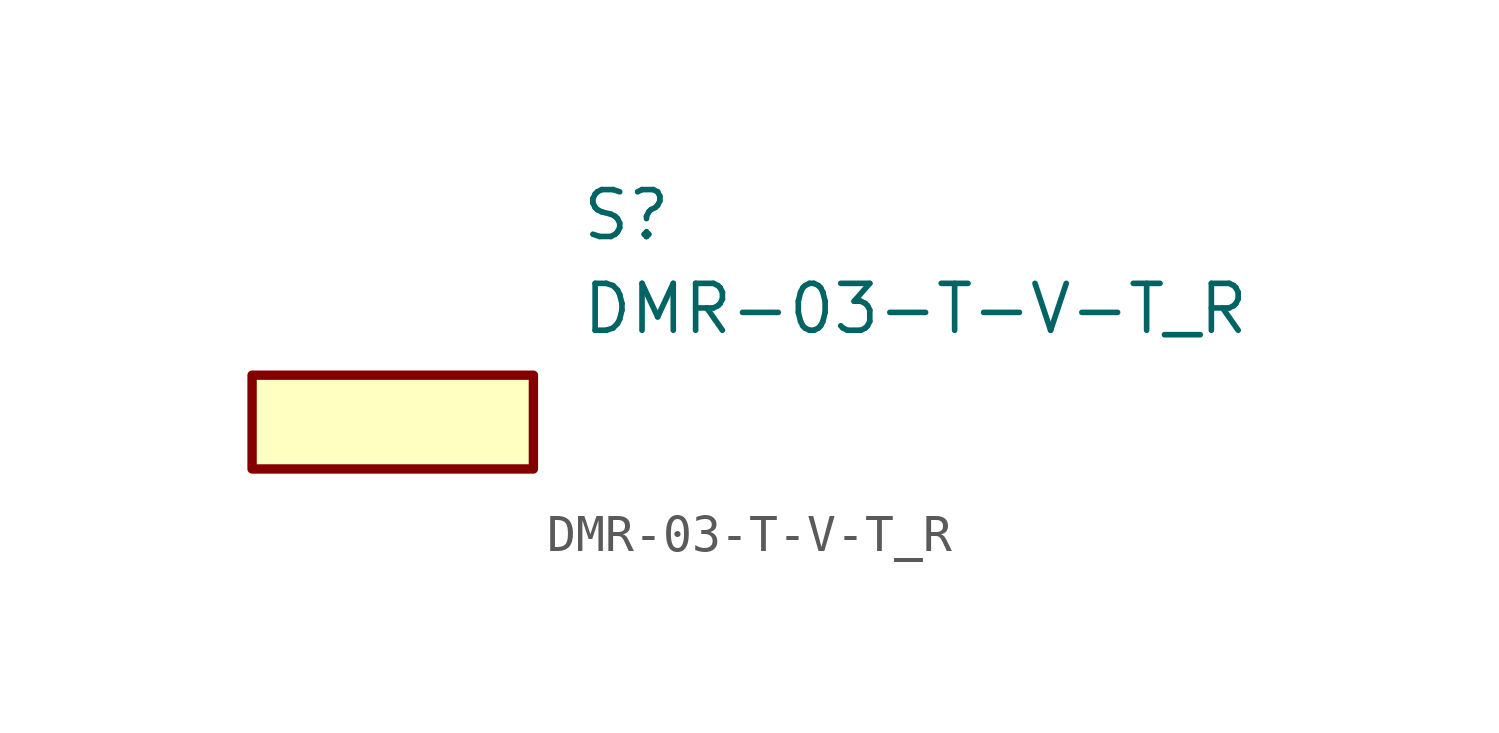
<source format=kicad_sym>
(kicad_symbol_lib
  (version 20211014)
  (generator SamacSys_ECAD_Model)
  (symbol "DMR-03-T-V-T_R"
    (property "Reference" "S"
      (at 13.97 7.62 0)
      (effects (font (size 1.27 1.27)) (justify left top)))
    (property "Value" "DMR-03-T-V-T_R"
      (at 13.97 5.08 0)
      (effects (font (size 1.27 1.27)) (justify left top)))
    (rectangle
      (start 5.08 2.54)
      (end 12.7 0)
      (stroke (width 0.254) (type default))
      (fill (type background)))))
</source>
